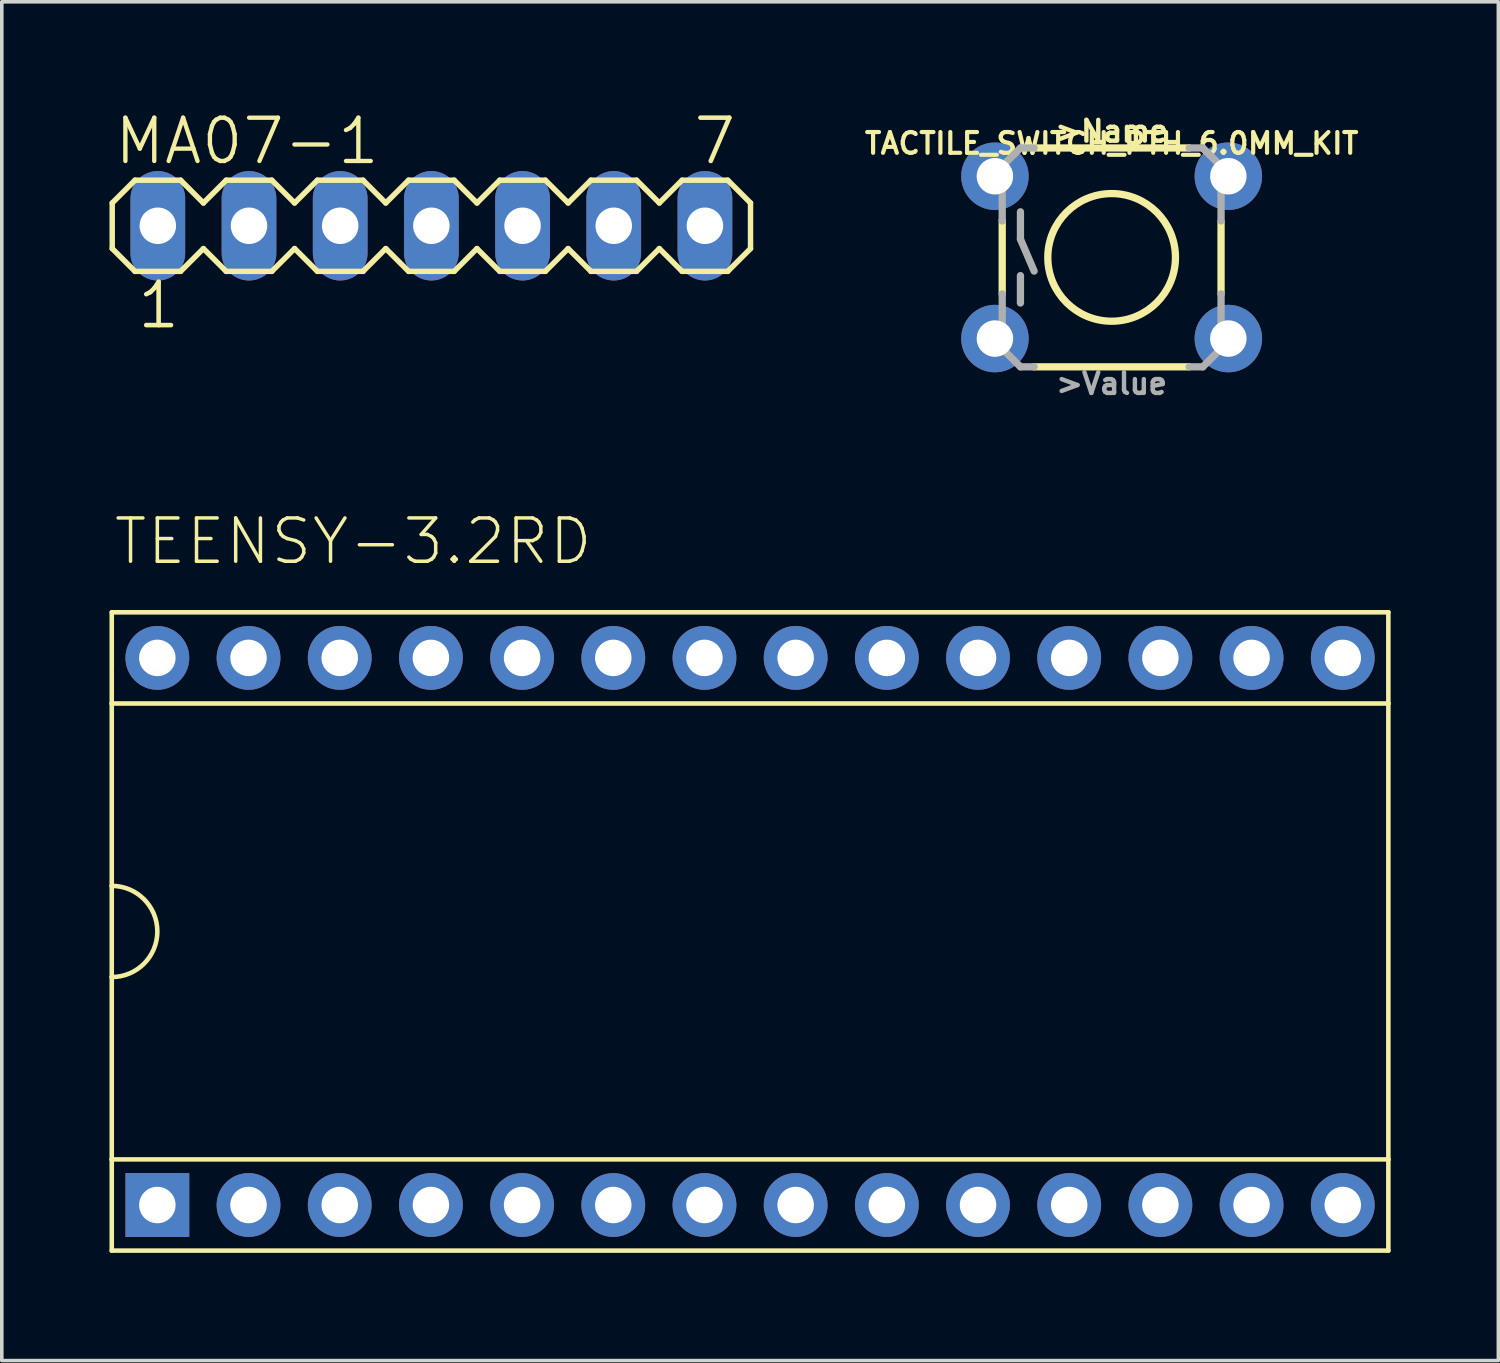
<source format=kicad_pcb>
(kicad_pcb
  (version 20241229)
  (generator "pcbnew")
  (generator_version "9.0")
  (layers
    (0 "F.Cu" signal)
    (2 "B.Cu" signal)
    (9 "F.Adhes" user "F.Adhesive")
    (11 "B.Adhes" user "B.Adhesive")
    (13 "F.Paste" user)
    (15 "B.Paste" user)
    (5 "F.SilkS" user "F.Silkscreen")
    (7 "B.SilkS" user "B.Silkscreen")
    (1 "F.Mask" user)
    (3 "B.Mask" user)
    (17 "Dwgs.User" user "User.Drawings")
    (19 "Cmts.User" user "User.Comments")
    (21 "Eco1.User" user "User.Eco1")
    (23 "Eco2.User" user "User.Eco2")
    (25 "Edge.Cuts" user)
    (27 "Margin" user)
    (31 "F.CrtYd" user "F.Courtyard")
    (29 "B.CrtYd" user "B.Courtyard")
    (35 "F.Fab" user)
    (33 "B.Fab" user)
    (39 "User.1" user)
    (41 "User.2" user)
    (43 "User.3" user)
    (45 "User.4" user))
  (footprint "MA07-1"
    (layer "F.Cu")
    (at 8.966 3.239)
    (property "Reference" "MA07-1" (at -8.89 -1.651 180) (layer "F.SilkS") (effects (font (size 1.206 1.206) (thickness 0.121)) (justify left bottom)))
    (attr through_hole)
    (fp_line (start -8.89 -0.635) (end -8.89 0.635) (stroke (width 0.152) (type solid)) (layer "F.SilkS"))
    (fp_line (start -8.89 0.635) (end -8.255 1.27) (stroke (width 0.152) (type solid)) (layer "F.SilkS"))
    (fp_line (start -8.255 -1.27) (end -8.89 -0.635) (stroke (width 0.152) (type solid)) (layer "F.SilkS"))
    (fp_line (start -8.255 -1.27) (end -6.985 -1.27) (stroke (width 0.152) (type solid)) (layer "F.SilkS"))
    (fp_line (start -6.985 -1.27) (end -6.35 -0.635) (stroke (width 0.152) (type solid)) (layer "F.SilkS"))
    (fp_line (start -6.985 1.27) (end -8.255 1.27) (stroke (width 0.152) (type solid)) (layer "F.SilkS"))
    (fp_line (start -6.35 -0.635) (end -5.715 -1.27) (stroke (width 0.152) (type solid)) (layer "F.SilkS"))
    (fp_line (start -6.35 0.635) (end -6.985 1.27) (stroke (width 0.152) (type solid)) (layer "F.SilkS"))
    (fp_line (start -5.715 -1.27) (end -4.445 -1.27) (stroke (width 0.152) (type solid)) (layer "F.SilkS"))
    (fp_line (start -5.715 1.27) (end -6.35 0.635) (stroke (width 0.152) (type solid)) (layer "F.SilkS"))
    (fp_line (start -4.445 -1.27) (end -3.81 -0.635) (stroke (width 0.152) (type solid)) (layer "F.SilkS"))
    (fp_line (start -4.445 1.27) (end -5.715 1.27) (stroke (width 0.152) (type solid)) (layer "F.SilkS"))
    (fp_line (start -3.81 -0.635) (end -3.175 -1.27) (stroke (width 0.152) (type solid)) (layer "F.SilkS"))
    (fp_line (start -3.81 0.635) (end -4.445 1.27) (stroke (width 0.152) (type solid)) (layer "F.SilkS"))
    (fp_line (start -3.175 -1.27) (end -1.905 -1.27) (stroke (width 0.152) (type solid)) (layer "F.SilkS"))
    (fp_line (start -3.175 1.27) (end -3.81 0.635) (stroke (width 0.152) (type solid)) (layer "F.SilkS"))
    (fp_line (start -1.905 -1.27) (end -1.27 -0.635) (stroke (width 0.152) (type solid)) (layer "F.SilkS"))
    (fp_line (start -1.905 1.27) (end -3.175 1.27) (stroke (width 0.152) (type solid)) (layer "F.SilkS"))
    (fp_line (start -1.27 0.635) (end -1.905 1.27) (stroke (width 0.152) (type solid)) (layer "F.SilkS"))
    (fp_line (start -1.27 0.635) (end -0.635 1.27) (stroke (width 0.152) (type solid)) (layer "F.SilkS"))
    (fp_line (start -0.635 -1.27) (end -1.27 -0.635) (stroke (width 0.152) (type solid)) (layer "F.SilkS"))
    (fp_line (start -0.635 -1.27) (end 0.635 -1.27) (stroke (width 0.152) (type solid)) (layer "F.SilkS"))
    (fp_line (start 0.635 -1.27) (end 1.27 -0.635) (stroke (width 0.152) (type solid)) (layer "F.SilkS"))
    (fp_line (start 0.635 1.27) (end -0.635 1.27) (stroke (width 0.152) (type solid)) (layer "F.SilkS"))
    (fp_line (start 1.27 -0.635) (end 1.905 -1.27) (stroke (width 0.152) (type solid)) (layer "F.SilkS"))
    (fp_line (start 1.27 0.635) (end 0.635 1.27) (stroke (width 0.152) (type solid)) (layer "F.SilkS"))
    (fp_line (start 1.905 -1.27) (end 3.175 -1.27) (stroke (width 0.152) (type solid)) (layer "F.SilkS"))
    (fp_line (start 1.905 1.27) (end 1.27 0.635) (stroke (width 0.152) (type solid)) (layer "F.SilkS"))
    (fp_line (start 3.175 -1.27) (end 3.81 -0.635) (stroke (width 0.152) (type solid)) (layer "F.SilkS"))
    (fp_line (start 3.175 1.27) (end 1.905 1.27) (stroke (width 0.152) (type solid)) (layer "F.SilkS"))
    (fp_line (start 3.81 -0.635) (end 4.445 -1.27) (stroke (width 0.152) (type solid)) (layer "F.SilkS"))
    (fp_line (start 3.81 0.635) (end 3.175 1.27) (stroke (width 0.152) (type solid)) (layer "F.SilkS"))
    (fp_line (start 4.445 -1.27) (end 5.715 -1.27) (stroke (width 0.152) (type solid)) (layer "F.SilkS"))
    (fp_line (start 4.445 1.27) (end 3.81 0.635) (stroke (width 0.152) (type solid)) (layer "F.SilkS"))
    (fp_line (start 5.715 -1.27) (end 6.35 -0.635) (stroke (width 0.152) (type solid)) (layer "F.SilkS"))
    (fp_line (start 5.715 1.27) (end 4.445 1.27) (stroke (width 0.152) (type solid)) (layer "F.SilkS"))
    (fp_line (start 6.35 0.635) (end 5.715 1.27) (stroke (width 0.152) (type solid)) (layer "F.SilkS"))
    (fp_line (start 6.35 0.635) (end 6.985 1.27) (stroke (width 0.152) (type solid)) (layer "F.SilkS"))
    (fp_line (start 6.985 -1.27) (end 6.35 -0.635) (stroke (width 0.152) (type solid)) (layer "F.SilkS"))
    (fp_line (start 6.985 -1.27) (end 8.255 -1.27) (stroke (width 0.152) (type solid)) (layer "F.SilkS"))
    (fp_line (start 8.255 -1.27) (end 8.89 -0.635) (stroke (width 0.152) (type solid)) (layer "F.SilkS"))
    (fp_line (start 8.255 1.27) (end 6.985 1.27) (stroke (width 0.152) (type solid)) (layer "F.SilkS"))
    (fp_line (start 8.89 -0.635) (end 8.89 0.635) (stroke (width 0.152) (type solid)) (layer "F.SilkS"))
    (fp_line (start 8.89 0.635) (end 8.255 1.27) (stroke (width 0.152) (type solid)) (layer "F.SilkS"))
    (fp_poly (pts (xy -7.874 0.254) (xy -7.366 0.254) (xy -7.366 -0.254) (xy -7.874 -0.254)) (stroke (width 0.1) (type solid)) (fill no) (layer "F.Fab"))
    (fp_poly (pts (xy -5.334 0.254) (xy -4.826 0.254) (xy -4.826 -0.254) (xy -5.334 -0.254)) (stroke (width 0.1) (type solid)) (fill no) (layer "F.Fab"))
    (fp_poly (pts (xy -2.794 0.254) (xy -2.286 0.254) (xy -2.286 -0.254) (xy -2.794 -0.254)) (stroke (width 0.1) (type solid)) (fill no) (layer "F.Fab"))
    (fp_poly (pts (xy -0.254 0.254) (xy 0.254 0.254) (xy 0.254 -0.254) (xy -0.254 -0.254)) (stroke (width 0.1) (type solid)) (fill no) (layer "F.Fab"))
    (fp_poly (pts (xy 2.286 0.254) (xy 2.794 0.254) (xy 2.794 -0.254) (xy 2.286 -0.254)) (stroke (width 0.1) (type solid)) (fill no) (layer "F.Fab"))
    (fp_poly (pts (xy 4.826 0.254) (xy 5.334 0.254) (xy 5.334 -0.254) (xy 4.826 -0.254)) (stroke (width 0.1) (type solid)) (fill no) (layer "F.Fab"))
    (fp_poly (pts (xy 7.366 0.254) (xy 7.874 0.254) (xy 7.874 -0.254) (xy 7.366 -0.254)) (stroke (width 0.1) (type solid)) (fill no) (layer "F.Fab"))
    (fp_text user "7" (at 7.239 -1.651 0) (layer "F.SilkS") (effects (font (size 1.206 1.206) (thickness 0.127)) (justify left bottom)))
    (fp_text user "1" (at -8.255 2.921 0) (layer "F.SilkS") (effects (font (size 1.206 1.206) (thickness 0.127)) (justify left bottom)))
    (pad "1" thru_hole oval (at -7.62 0 90) (size 3.048 1.524) (drill 1.016) (layers "*.Cu" "*.Mask"))
    (pad "2" thru_hole oval (at -5.08 0 90) (size 3.048 1.524) (drill 1.016) (layers "*.Cu" "*.Mask"))
    (pad "3" thru_hole oval (at -2.54 0 90) (size 3.048 1.524) (drill 1.016) (layers "*.Cu" "*.Mask"))
    (pad "4" thru_hole oval (at 0 0 90) (size 3.048 1.524) (drill 1.016) (layers "*.Cu" "*.Mask"))
    (pad "5" thru_hole oval (at 2.54 0 90) (size 3.048 1.524) (drill 1.016) (layers "*.Cu" "*.Mask"))
    (pad "6" thru_hole oval (at 5.08 0 90) (size 3.048 1.524) (drill 1.016) (layers "*.Cu" "*.Mask"))
    (pad "7" thru_hole oval (at 7.62 0 90) (size 3.048 1.524) (drill 1.016) (layers "*.Cu" "*.Mask")))
  (footprint "TACTILE_SWITCH_PTH_6.0MM_KIT"
    (layer "F.Cu")
    (at 27.915 4.12)
    (property "Reference" "TACTILE_SWITCH_PTH_6.0MM_KIT" (at 0 -3.175 180) (layer "F.SilkS") (effects (font (size 0.579 0.579) (thickness 0.116))))
    (attr through_hole)
    (fp_poly (pts (xy -3.241 1.826) (xy -3.254 1.824) (xy -3.418 1.857) (xy -3.558 1.951) (xy -3.683 2.256) (xy -3.683 2.266) (xy -3.683 2.266) (xy -3.652 2.433) (xy -3.559 2.576) (xy -3.251 2.708) (xy -3.221 2.71) (xy -3.057 2.672) (xy -2.92 2.573) (xy -2.804 2.263) (xy -2.804 2.268) (xy -2.804 2.268) (xy -2.837 2.1) (xy -2.931 1.957)) (stroke (width 0) (type solid)) (fill yes) (layer "F.Mask"))
    (fp_poly (pts (xy -3.246 -2.703) (xy -3.259 -2.705) (xy -3.259 -2.705) (xy -3.424 -2.672) (xy -3.563 -2.578) (xy -3.656 -2.438) (xy -3.688 -2.273) (xy -3.688 -2.263) (xy -3.657 -2.096) (xy -3.564 -1.953) (xy -3.256 -1.821) (xy -3.226 -1.819) (xy -3.226 -1.819) (xy -3.062 -1.857) (xy -2.925 -1.956) (xy -2.809 -2.266) (xy -2.809 -2.261) (xy -2.842 -2.429) (xy -2.936 -2.572) (xy -3.078 -2.668)) (stroke (width 0) (type solid)) (fill yes) (layer "F.Mask"))
    (fp_poly (pts (xy 3.261 -2.7) (xy 3.249 -2.703) (xy 3.084 -2.669) (xy 2.945 -2.576) (xy 2.852 -2.436) (xy 2.819 -2.271) (xy 2.819 -2.261) (xy 2.819 -2.261) (xy 2.851 -2.093) (xy 2.944 -1.95) (xy 3.251 -1.819) (xy 3.282 -1.816) (xy 3.446 -1.855) (xy 3.583 -1.953) (xy 3.698 -2.263) (xy 3.698 -2.258) (xy 3.698 -2.258) (xy 3.666 -2.426) (xy 3.571 -2.57) (xy 3.429 -2.666)) (stroke (width 0) (type solid)) (fill yes) (layer "F.Mask"))
    (fp_poly (pts (xy 3.261 1.824) (xy 3.249 1.821) (xy 3.249 1.821) (xy 3.084 1.854) (xy 2.945 1.948) (xy 2.852 2.088) (xy 2.819 2.253) (xy 2.819 2.263) (xy 2.851 2.431) (xy 2.944 2.573) (xy 3.251 2.705) (xy 3.282 2.708) (xy 3.282 2.708) (xy 3.446 2.669) (xy 3.583 2.57) (xy 3.698 2.26) (xy 3.698 2.266) (xy 3.666 2.097) (xy 3.571 1.954) (xy 3.429 1.858)) (stroke (width 0) (type solid)) (fill yes) (layer "F.Mask"))
    (fp_poly (pts (xy -3.261 1.387) (xy -3.254 1.384) (xy -3.478 1.412) (xy -3.688 1.497) (xy -3.868 1.633) (xy -4.008 1.811) (xy -4.128 2.243) (xy -4.13 2.263) (xy -4.13 2.263) (xy -4.099 2.49) (xy -4.011 2.701) (xy -3.872 2.882) (xy -3.69 3.021) (xy -3.478 3.108) (xy -3.251 3.137) (xy -3.244 3.142) (xy -3.244 3.142) (xy -3.021 3.114) (xy -2.813 3.03) (xy -2.634 2.895) (xy -2.496 2.718) (xy -2.377 2.288) (xy -2.372 2.26) (xy -2.404 2.033) (xy -2.494 1.821) (xy -2.636 1.64) (xy -2.82 1.501)) (stroke (width 0) (type solid)) (fill yes) (layer "B.Mask"))
    (fp_poly (pts (xy 3.241 -3.139) (xy 3.249 -3.142) (xy 3.024 -3.114) (xy 2.815 -3.03) (xy 2.634 -2.894) (xy 2.495 -2.716) (xy 2.375 -2.284) (xy 2.372 -2.263) (xy 2.403 -2.036) (xy 2.491 -1.825) (xy 2.631 -1.644) (xy 2.813 -1.506) (xy 3.024 -1.419) (xy 3.251 -1.389) (xy 3.259 -1.384) (xy 3.259 -1.384) (xy 3.482 -1.412) (xy 3.69 -1.496) (xy 3.869 -1.632) (xy 4.007 -1.809) (xy 4.094 -2.015) (xy 4.125 -2.238) (xy 4.13 -2.266) (xy 4.13 -2.266) (xy 4.098 -2.494) (xy 4.008 -2.705) (xy 3.866 -2.887) (xy 3.683 -3.025) (xy 3.469 -3.111)) (stroke (width 0) (type solid)) (fill yes) (layer "B.Mask"))
    (fp_poly (pts (xy 3.241 1.384) (xy 3.249 1.382) (xy 3.249 1.382) (xy 3.024 1.409) (xy 2.815 1.494) (xy 2.634 1.63) (xy 2.495 1.808) (xy 2.375 2.24) (xy 2.372 2.261) (xy 2.372 2.261) (xy 2.403 2.487) (xy 2.491 2.698) (xy 2.631 2.879) (xy 2.813 3.018) (xy 3.024 3.105) (xy 3.251 3.134) (xy 3.259 3.139) (xy 3.482 3.112) (xy 3.69 3.027) (xy 3.869 2.892) (xy 4.007 2.715) (xy 4.125 2.286) (xy 4.13 2.258) (xy 4.13 2.258) (xy 4.098 2.03) (xy 4.008 1.818) (xy 3.866 1.637) (xy 3.683 1.499) (xy 3.469 1.412)) (stroke (width 0) (type solid)) (fill yes) (layer "B.Mask"))
    (fp_poly (pts (xy -3.266 -3.142) (xy -3.259 -3.144) (xy -3.259 -3.144) (xy -3.483 -3.117) (xy -3.693 -3.032) (xy -3.874 -2.896) (xy -4.013 -2.718) (xy -4.133 -2.286) (xy -4.135 -2.266) (xy -4.135 -2.266) (xy -4.105 -2.039) (xy -4.016 -1.828) (xy -3.877 -1.647) (xy -3.695 -1.508) (xy -3.483 -1.421) (xy -3.256 -1.392) (xy -3.249 -1.387) (xy -3.249 -1.387) (xy -3.026 -1.415) (xy -2.818 -1.499) (xy -2.639 -1.634) (xy -2.501 -1.811) (xy -2.414 -2.018) (xy -2.383 -2.24) (xy -2.377 -2.268) (xy -2.377 -2.268) (xy -2.41 -2.496) (xy -2.499 -2.708) (xy -2.641 -2.889) (xy -2.825 -3.028)) (stroke (width 0) (type solid)) (fill yes) (layer "B.Mask"))
    (fp_line (start -3.048 -1.028) (end -3.048 1.016) (stroke (width 0.203) (type solid)) (layer "F.SilkS"))
    (fp_line (start -2.159 3.048) (end 2.159 3.048) (stroke (width 0.203) (type solid)) (layer "F.SilkS"))
    (fp_line (start 2.159 -3.048) (end -2.159 -3.048) (stroke (width 0.203) (type solid)) (layer "F.SilkS"))
    (fp_line (start 3.048 -0.998) (end 3.048 1.016) (stroke (width 0.203) (type solid)) (layer "F.SilkS"))
    (fp_circle (center 0 0) (end 1.778 0) (stroke (width 0.203) (type solid)) (fill no) (layer "F.SilkS"))
    (fp_line (start -3.048 -2.54) (end -3.048 -1.016) (stroke (width 0.203) (type solid)) (layer "F.Fab"))
    (fp_line (start -3.048 2.54) (end -3.048 1.016) (stroke (width 0.203) (type solid)) (layer "F.Fab"))
    (fp_line (start -2.54 -3.048) (end -3.048 -2.54) (stroke (width 0.203) (type solid)) (layer "F.Fab"))
    (fp_line (start -2.54 -3.048) (end -2.159 -3.048) (stroke (width 0.203) (type solid)) (layer "F.Fab"))
    (fp_line (start -2.54 -1.27) (end -2.54 -0.508) (stroke (width 0.203) (type solid)) (layer "F.Fab"))
    (fp_line (start -2.54 -0.508) (end -2.159 0.381) (stroke (width 0.203) (type solid)) (layer "F.Fab"))
    (fp_line (start -2.54 0.508) (end -2.54 1.27) (stroke (width 0.203) (type solid)) (layer "F.Fab"))
    (fp_line (start -2.54 3.048) (end -3.048 2.54) (stroke (width 0.203) (type solid)) (layer "F.Fab"))
    (fp_line (start -2.54 3.048) (end -2.159 3.048) (stroke (width 0.203) (type solid)) (layer "F.Fab"))
    (fp_line (start 2.54 -3.048) (end 2.159 -3.048) (stroke (width 0.203) (type solid)) (layer "F.Fab"))
    (fp_line (start 2.54 3.048) (end 2.159 3.048) (stroke (width 0.203) (type solid)) (layer "F.Fab"))
    (fp_line (start 2.54 3.048) (end 3.048 2.54) (stroke (width 0.203) (type solid)) (layer "F.Fab"))
    (fp_line (start 3.048 -2.54) (end 2.54 -3.048) (stroke (width 0.203) (type solid)) (layer "F.Fab"))
    (fp_line (start 3.048 -1.016) (end 3.048 -2.54) (stroke (width 0.203) (type solid)) (layer "F.Fab"))
    (fp_line (start 3.048 2.54) (end 3.048 1.016) (stroke (width 0.203) (type solid)) (layer "F.Fab"))
    (fp_text user ">Name" (at 0 -3.175 0) (layer "F.SilkS") (effects (font (size 0.579 0.579) (thickness 0.122)) (justify bottom)))
    (fp_text user ">Value" (at 0 3.175 0) (layer "F.Fab") (effects (font (size 0.579 0.579) (thickness 0.122)) (justify top)))
    (pad "1" thru_hole circle (at -3.251 -2.261) (size 1.88 1.88) (drill 1.016) (layers "*.Cu" "*.Mask"))
    (pad "2" thru_hole circle (at 3.251 -2.261) (size 1.88 1.88) (drill 1.016) (layers "*.Cu" "*.Mask"))
    (pad "3" thru_hole circle (at -3.251 2.261) (size 1.88 1.88) (drill 1.016) (layers "*.Cu" "*.Mask"))
    (pad "4" thru_hole circle (at 3.251 2.261) (size 1.88 1.88) (drill 1.016) (layers "*.Cu" "*.Mask")))
  (footprint "TEENSY-3.2RD"
    (layer "F.Cu")
    (at 16.573 22.896)
    (property "Reference" "TEENSY-3.2RD" (at -16.51 -10.16 180) (layer "F.SilkS") (effects (font (size 1.206 1.206) (thickness 0.097)) (justify left bottom)))
    (attr through_hole)
    (fp_line (start -16.51 -8.89) (end 19.05 -8.89) (stroke (width 0.127) (type solid)) (layer "F.SilkS"))
    (fp_line (start -16.51 -6.35) (end -16.51 -8.89) (stroke (width 0.127) (type solid)) (layer "F.SilkS"))
    (fp_line (start -16.51 -6.35) (end 19.05 -6.35) (stroke (width 0.127) (type solid)) (layer "F.SilkS"))
    (fp_line (start -16.51 -1.27) (end -16.51 -6.35) (stroke (width 0.127) (type solid)) (layer "F.SilkS"))
    (fp_line (start -16.51 1.27) (end -16.51 -1.27) (stroke (width 0.127) (type solid)) (layer "F.SilkS"))
    (fp_line (start -16.51 6.35) (end -16.51 1.27) (stroke (width 0.127) (type solid)) (layer "F.SilkS"))
    (fp_line (start -16.51 6.35) (end -16.51 8.89) (stroke (width 0.127) (type solid)) (layer "F.SilkS"))
    (fp_line (start -16.51 8.89) (end 19.05 8.89) (stroke (width 0.127) (type solid)) (layer "F.SilkS"))
    (fp_line (start 19.05 -8.89) (end 19.05 -6.35) (stroke (width 0.127) (type solid)) (layer "F.SilkS"))
    (fp_line (start 19.05 -6.35) (end 19.05 6.35) (stroke (width 0.127) (type solid)) (layer "F.SilkS"))
    (fp_line (start 19.05 6.35) (end -16.51 6.35) (stroke (width 0.127) (type solid)) (layer "F.SilkS"))
    (fp_line (start 19.05 8.89) (end 19.05 6.35) (stroke (width 0.127) (type solid)) (layer "F.SilkS"))
    (fp_arc (start -16.51 -1.27) (mid -15.24 0) (end -16.51 1.27) (stroke (width 0.127) (type solid)) (layer "F.SilkS"))
    (pad "3V3" thru_hole circle (at -10.16 -7.62) (size 1.778 1.778) (drill 1.016) (layers "*.Cu" "*.Mask"))
    (pad "AGND" thru_hole circle (at -12.7 -7.62) (size 1.778 1.778) (drill 1.016) (layers "*.Cu" "*.Mask"))
    (pad "D0" thru_hole circle (at -12.7 7.62) (size 1.778 1.778) (drill 1.016) (layers "*.Cu" "*.Mask"))
    (pad "D1" thru_hole circle (at -10.16 7.62) (size 1.778 1.778) (drill 1.016) (layers "*.Cu" "*.Mask"))
    (pad "D2" thru_hole circle (at -7.62 7.62) (size 1.778 1.778) (drill 1.016) (layers "*.Cu" "*.Mask"))
    (pad "D3" thru_hole circle (at -5.08 7.62) (size 1.778 1.778) (drill 1.016) (layers "*.Cu" "*.Mask"))
    (pad "D4" thru_hole circle (at -2.54 7.62) (size 1.778 1.778) (drill 1.016) (layers "*.Cu" "*.Mask"))
    (pad "D5" thru_hole circle (at 0 7.62) (size 1.778 1.778) (drill 1.016) (layers "*.Cu" "*.Mask"))
    (pad "D6" thru_hole circle (at 2.54 7.62) (size 1.778 1.778) (drill 1.016) (layers "*.Cu" "*.Mask"))
    (pad "D7" thru_hole circle (at 5.08 7.62) (size 1.778 1.778) (drill 1.016) (layers "*.Cu" "*.Mask"))
    (pad "D8" thru_hole circle (at 7.62 7.62) (size 1.778 1.778) (drill 1.016) (layers "*.Cu" "*.Mask"))
    (pad "D9" thru_hole circle (at 10.16 7.62) (size 1.778 1.778) (drill 1.016) (layers "*.Cu" "*.Mask"))
    (pad "D10" thru_hole circle (at 12.7 7.62) (size 1.778 1.778) (drill 1.016) (layers "*.Cu" "*.Mask"))
    (pad "D11" thru_hole circle (at 15.24 7.62) (size 1.778 1.778) (drill 1.016) (layers "*.Cu" "*.Mask"))
    (pad "D12" thru_hole circle (at 17.78 7.62) (size 1.778 1.778) (drill 1.016) (layers "*.Cu" "*.Mask"))
    (pad "D13" thru_hole circle (at 17.78 -7.62) (size 1.778 1.778) (drill 1.016) (layers "*.Cu" "*.Mask"))
    (pad "D14" thru_hole circle (at 15.24 -7.62) (size 1.778 1.778) (drill 1.016) (layers "*.Cu" "*.Mask"))
    (pad "D15" thru_hole circle (at 12.7 -7.62) (size 1.778 1.778) (drill 1.016) (layers "*.Cu" "*.Mask"))
    (pad "D16" thru_hole circle (at 10.16 -7.62) (size 1.778 1.778) (drill 1.016) (layers "*.Cu" "*.Mask"))
    (pad "D17" thru_hole circle (at 7.62 -7.62) (size 1.778 1.778) (drill 1.016) (layers "*.Cu" "*.Mask"))
    (pad "D18" thru_hole circle (at 5.08 -7.62) (size 1.778 1.778) (drill 1.016) (layers "*.Cu" "*.Mask"))
    (pad "D19" thru_hole circle (at 2.54 -7.62) (size 1.778 1.778) (drill 1.016) (layers "*.Cu" "*.Mask"))
    (pad "D20" thru_hole circle (at 0 -7.62) (size 1.778 1.778) (drill 1.016) (layers "*.Cu" "*.Mask"))
    (pad "D21/A7" thru_hole circle (at -2.54 -7.62) (size 1.778 1.778) (drill 1.016) (layers "*.Cu" "*.Mask"))
    (pad "D22/A8" thru_hole circle (at -5.08 -7.62) (size 1.778 1.778) (drill 1.016) (layers "*.Cu" "*.Mask"))
    (pad "D23/A9" thru_hole circle (at -7.62 -7.62) (size 1.778 1.778) (drill 1.016) (layers "*.Cu" "*.Mask"))
    (pad "GND" thru_hole rect (at -15.24 7.62) (size 1.778 1.778) (drill 1.016) (layers "*.Cu" "*.Mask"))
    (pad "VIN" thru_hole circle (at -15.24 -7.62) (size 1.778 1.778) (drill 1.016) (layers "*.Cu" "*.Mask")))
  (gr_rect
    (start -3 -3)
    (end 38.687 34.849)
    (stroke (width 0.1) (type default))
    (fill no)
    (layer "Edge.Cuts")))
</source>
